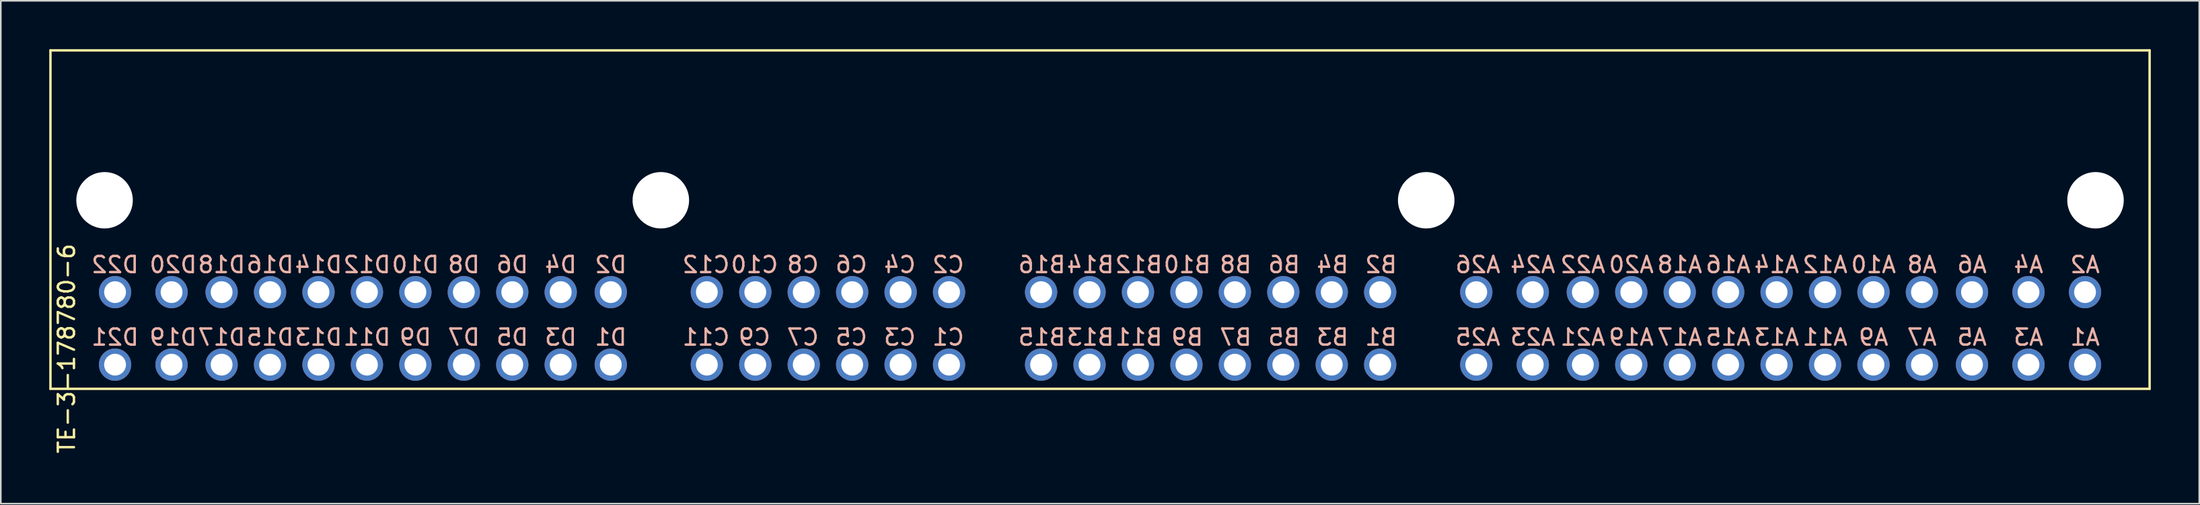
<source format=kicad_pcb>
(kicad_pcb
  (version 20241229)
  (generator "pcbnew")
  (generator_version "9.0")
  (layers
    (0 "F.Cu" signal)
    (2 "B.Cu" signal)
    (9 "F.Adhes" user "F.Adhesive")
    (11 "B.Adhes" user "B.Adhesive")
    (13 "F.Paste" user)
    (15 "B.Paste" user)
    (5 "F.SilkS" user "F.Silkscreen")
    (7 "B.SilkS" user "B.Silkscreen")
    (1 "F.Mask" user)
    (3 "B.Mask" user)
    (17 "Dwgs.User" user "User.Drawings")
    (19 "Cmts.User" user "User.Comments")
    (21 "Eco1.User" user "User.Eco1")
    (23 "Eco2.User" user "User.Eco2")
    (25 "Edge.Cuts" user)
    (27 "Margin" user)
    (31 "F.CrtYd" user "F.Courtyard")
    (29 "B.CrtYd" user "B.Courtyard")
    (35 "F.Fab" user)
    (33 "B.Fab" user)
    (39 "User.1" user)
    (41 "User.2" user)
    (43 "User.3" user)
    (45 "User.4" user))
  (footprint "TE-3-178780-6"
    (layer "F.Cu")
    (at 4.075 15.075)
    (property "Reference" "TE-3-178780-6" (at -3 3.5 90) (layer "F.SilkS") (effects (font (size 1 1) (thickness 0.15))))
    (fp_line (start -4 -15) (end 126 -15) (stroke (width 0.15) (type solid)) (layer "F.SilkS"))
    (fp_line (start -4 6) (end -4 -15) (stroke (width 0.15) (type solid)) (layer "F.SilkS"))
    (fp_line (start 126 -15) (end 126 6) (stroke (width 0.15) (type solid)) (layer "F.SilkS"))
    (fp_line (start 126 6) (end -4 6) (stroke (width 0.15) (type solid)) (layer "F.SilkS"))
    (fp_text user "D12" (at 15.6 -1.7 0) (layer "B.SilkS") (effects (font (size 1 1) (thickness 0.15)) (justify mirror)))
    (fp_text user "C10" (at 39.6 -1.7 0) (layer "B.SilkS") (effects (font (size 1 1) (thickness 0.15)) (justify mirror)))
    (fp_text user "D16" (at 9.6 -1.7 0) (layer "B.SilkS") (effects (font (size 1 1) (thickness 0.15)) (justify mirror)))
    (fp_text user "B1" (at 78.4 2.8 0) (layer "B.SilkS") (effects (font (size 1 1) (thickness 0.15)) (justify mirror)))
    (fp_text user "C7" (at 42.6 2.8 0) (layer "B.SilkS") (effects (font (size 1 1) (thickness 0.15)) (justify mirror)))
    (fp_text user "A2" (at 122 -1.7 0) (layer "B.SilkS") (effects (font (size 1 1) (thickness 0.15)) (justify mirror)))
    (fp_text user "A20" (at 93.9 -1.7 0) (layer "B.SilkS") (effects (font (size 1 1) (thickness 0.15)) (justify mirror)))
    (fp_text user "A25" (at 84.4 2.8 0) (layer "B.SilkS") (effects (font (size 1 1) (thickness 0.15)) (justify mirror)))
    (fp_text user "A23" (at 87.8 2.8 0) (layer "B.SilkS") (effects (font (size 1 1) (thickness 0.15)) (justify mirror)))
    (fp_text user "D19" (at 3.6 2.8 0) (layer "B.SilkS") (effects (font (size 1 1) (thickness 0.15)) (justify mirror)))
    (fp_text user "B9" (at 66.4 2.8 0) (layer "B.SilkS") (effects (font (size 1 1) (thickness 0.15)) (justify mirror)))
    (fp_text user "D11" (at 15.6 2.8 0) (layer "B.SilkS") (effects (font (size 1 1) (thickness 0.15)) (justify mirror)))
    (fp_text user "D7" (at 21.6 2.8 0) (layer "B.SilkS") (effects (font (size 1 1) (thickness 0.15)) (justify mirror)))
    (fp_text user "A5" (at 115 2.8 0) (layer "B.SilkS") (effects (font (size 1 1) (thickness 0.15)) (justify mirror)))
    (fp_text user "D22" (at 0 -1.7 0) (layer "B.SilkS") (effects (font (size 1 1) (thickness 0.15)) (justify mirror)))
    (fp_text user "B7" (at 69.4 2.8 0) (layer "B.SilkS") (effects (font (size 1 1) (thickness 0.15)) (justify mirror)))
    (fp_text user "B10" (at 66.4 -1.7 0) (layer "B.SilkS") (effects (font (size 1 1) (thickness 0.15)) (justify mirror)))
    (fp_text user "B14" (at 60.4 -1.7 0) (layer "B.SilkS") (effects (font (size 1 1) (thickness 0.15)) (justify mirror)))
    (fp_text user "A14" (at 102.9 -1.7 0) (layer "B.SilkS") (effects (font (size 1 1) (thickness 0.15)) (justify mirror)))
    (fp_text user "D10" (at 18.6 -1.7 0) (layer "B.SilkS") (effects (font (size 1 1) (thickness 0.15)) (justify mirror)))
    (fp_text user "A17" (at 96.9 2.8 0) (layer "B.SilkS") (effects (font (size 1 1) (thickness 0.15)) (justify mirror)))
    (fp_text user "C5" (at 45.6 2.8 0) (layer "B.SilkS") (effects (font (size 1 1) (thickness 0.15)) (justify mirror)))
    (fp_text user "B2" (at 78.4 -1.7 0) (layer "B.SilkS") (effects (font (size 1 1) (thickness 0.15)) (justify mirror)))
    (fp_text user "C1" (at 51.6 2.8 0) (layer "B.SilkS") (effects (font (size 1 1) (thickness 0.15)) (justify mirror)))
    (fp_text user "A8" (at 111.9 -1.7 0) (layer "B.SilkS") (effects (font (size 1 1) (thickness 0.15)) (justify mirror)))
    (fp_text user "C11" (at 36.6 2.8 0) (layer "B.SilkS") (effects (font (size 1 1) (thickness 0.15)) (justify mirror)))
    (fp_text user "B16" (at 57.4 -1.7 0) (layer "B.SilkS") (effects (font (size 1 1) (thickness 0.15)) (justify mirror)))
    (fp_text user "D20" (at 3.6 -1.7 0) (layer "B.SilkS") (effects (font (size 1 1) (thickness 0.15)) (justify mirror)))
    (fp_text user "B12" (at 63.4 -1.7 0) (layer "B.SilkS") (effects (font (size 1 1) (thickness 0.15)) (justify mirror)))
    (fp_text user "A16" (at 99.9 -1.7 0) (layer "B.SilkS") (effects (font (size 1 1) (thickness 0.15)) (justify mirror)))
    (fp_text user "A21" (at 90.9 2.8 0) (layer "B.SilkS") (effects (font (size 1 1) (thickness 0.15)) (justify mirror)))
    (fp_text user "D3" (at 27.6 2.8 0) (layer "B.SilkS") (effects (font (size 1 1) (thickness 0.15)) (justify mirror)))
    (fp_text user "A9" (at 108.9 2.8 0) (layer "B.SilkS") (effects (font (size 1 1) (thickness 0.15)) (justify mirror)))
    (fp_text user "A11" (at 105.9 2.8 0) (layer "B.SilkS") (effects (font (size 1 1) (thickness 0.15)) (justify mirror)))
    (fp_text user "A1" (at 122 2.8 0) (layer "B.SilkS") (effects (font (size 1 1) (thickness 0.15)) (justify mirror)))
    (fp_text user "D21" (at 0 2.8 0) (layer "B.SilkS") (effects (font (size 1 1) (thickness 0.15)) (justify mirror)))
    (fp_text user "A7" (at 111.9 2.8 0) (layer "B.SilkS") (effects (font (size 1 1) (thickness 0.15)) (justify mirror)))
    (fp_text user "A3" (at 118.5 2.8 0) (layer "B.SilkS") (effects (font (size 1 1) (thickness 0.15)) (justify mirror)))
    (fp_text user "D13" (at 12.6 2.8 0) (layer "B.SilkS") (effects (font (size 1 1) (thickness 0.15)) (justify mirror)))
    (fp_text user "A6" (at 115 -1.7 0) (layer "B.SilkS") (effects (font (size 1 1) (thickness 0.15)) (justify mirror)))
    (fp_text user "A10" (at 108.9 -1.7 0) (layer "B.SilkS") (effects (font (size 1 1) (thickness 0.15)) (justify mirror)))
    (fp_text user "B13" (at 60.4 2.8 0) (layer "B.SilkS") (effects (font (size 1 1) (thickness 0.15)) (justify mirror)))
    (fp_text user "D1" (at 30.7 2.8 0) (layer "B.SilkS") (effects (font (size 1 1) (thickness 0.15)) (justify mirror)))
    (fp_text user "D8" (at 21.6 -1.7 0) (layer "B.SilkS") (effects (font (size 1 1) (thickness 0.15)) (justify mirror)))
    (fp_text user "A24" (at 87.8 -1.7 0) (layer "B.SilkS") (effects (font (size 1 1) (thickness 0.15)) (justify mirror)))
    (fp_text user "B6" (at 72.4 -1.7 0) (layer "B.SilkS") (effects (font (size 1 1) (thickness 0.15)) (justify mirror)))
    (fp_text user "C8" (at 42.6 -1.7 0) (layer "B.SilkS") (effects (font (size 1 1) (thickness 0.15)) (justify mirror)))
    (fp_text user "D9" (at 18.6 2.8 0) (layer "B.SilkS") (effects (font (size 1 1) (thickness 0.15)) (justify mirror)))
    (fp_text user "A19" (at 93.9 2.8 0) (layer "B.SilkS") (effects (font (size 1 1) (thickness 0.15)) (justify mirror)))
    (fp_text user "B4" (at 75.4 -1.7 0) (layer "B.SilkS") (effects (font (size 1 1) (thickness 0.15)) (justify mirror)))
    (fp_text user "D14" (at 12.6 -1.7 0) (layer "B.SilkS") (effects (font (size 1 1) (thickness 0.15)) (justify mirror)))
    (fp_text user "C12" (at 36.6 -1.7 0) (layer "B.SilkS") (effects (font (size 1 1) (thickness 0.15)) (justify mirror)))
    (fp_text user "A18" (at 96.9 -1.7 0) (layer "B.SilkS") (effects (font (size 1 1) (thickness 0.15)) (justify mirror)))
    (fp_text user "C2" (at 51.6 -1.7 0) (layer "B.SilkS") (effects (font (size 1 1) (thickness 0.15)) (justify mirror)))
    (fp_text user "D4" (at 27.6 -1.7 0) (layer "B.SilkS") (effects (font (size 1 1) (thickness 0.15)) (justify mirror)))
    (fp_text user "A26" (at 84.4 -1.7 0) (layer "B.SilkS") (effects (font (size 1 1) (thickness 0.15)) (justify mirror)))
    (fp_text user "D2" (at 30.7 -1.7 0) (layer "B.SilkS") (effects (font (size 1 1) (thickness 0.15)) (justify mirror)))
    (fp_text user "D17" (at 6.6 2.8 0) (layer "B.SilkS") (effects (font (size 1 1) (thickness 0.15)) (justify mirror)))
    (fp_text user "B15" (at 57.4 2.8 0) (layer "B.SilkS") (effects (font (size 1 1) (thickness 0.15)) (justify mirror)))
    (fp_text user "D18" (at 6.6 -1.7 0) (layer "B.SilkS") (effects (font (size 1 1) (thickness 0.15)) (justify mirror)))
    (fp_text user "A15" (at 99.9 2.8 0) (layer "B.SilkS") (effects (font (size 1 1) (thickness 0.15)) (justify mirror)))
    (fp_text user "B5" (at 72.4 2.8 0) (layer "B.SilkS") (effects (font (size 1 1) (thickness 0.15)) (justify mirror)))
    (fp_text user "C4" (at 48.6 -1.7 0) (layer "B.SilkS") (effects (font (size 1 1) (thickness 0.15)) (justify mirror)))
    (fp_text user "B3" (at 75.4 2.8 0) (layer "B.SilkS") (effects (font (size 1 1) (thickness 0.15)) (justify mirror)))
    (fp_text user "D6" (at 24.6 -1.7 0) (layer "B.SilkS") (effects (font (size 1 1) (thickness 0.15)) (justify mirror)))
    (fp_text user "A4" (at 118.5 -1.7 0) (layer "B.SilkS") (effects (font (size 1 1) (thickness 0.15)) (justify mirror)))
    (fp_text user "B11" (at 63.4 2.8 0) (layer "B.SilkS") (effects (font (size 1 1) (thickness 0.15)) (justify mirror)))
    (fp_text user "C3" (at 48.6 2.8 0) (layer "B.SilkS") (effects (font (size 1 1) (thickness 0.15)) (justify mirror)))
    (fp_text user "C6" (at 45.6 -1.7 0) (layer "B.SilkS") (effects (font (size 1 1) (thickness 0.15)) (justify mirror)))
    (fp_text user "A13" (at 102.9 2.8 0) (layer "B.SilkS") (effects (font (size 1 1) (thickness 0.15)) (justify mirror)))
    (fp_text user "B8" (at 69.4 -1.7 0) (layer "B.SilkS") (effects (font (size 1 1) (thickness 0.15)) (justify mirror)))
    (fp_text user "D5" (at 24.6 2.8 0) (layer "B.SilkS") (effects (font (size 1 1) (thickness 0.15)) (justify mirror)))
    (fp_text user "C9" (at 39.6 2.8 0) (layer "B.SilkS") (effects (font (size 1 1) (thickness 0.15)) (justify mirror)))
    (fp_text user "D15" (at 9.6 2.8 0) (layer "B.SilkS") (effects (font (size 1 1) (thickness 0.15)) (justify mirror)))
    (fp_text user "A12" (at 105.9 -1.7 0) (layer "B.SilkS") (effects (font (size 1 1) (thickness 0.15)) (justify mirror)))
    (fp_text user "A22" (at 90.9 -1.7 0) (layer "B.SilkS") (effects (font (size 1 1) (thickness 0.15)) (justify mirror)))
    (pad "" np_thru_hole circle (at -0.65 -5.7) (size 3.5 3.5) (drill 3.5) (layers "*.Cu" "*.Mask"))
    (pad "" np_thru_hole circle (at 33.8 -5.7) (size 3.5 3.5) (drill 3.5) (layers "*.Cu" "*.Mask"))
    (pad "" np_thru_hole circle (at 81.2 -5.7) (size 3.5 3.5) (drill 3.5) (layers "*.Cu" "*.Mask"))
    (pad "" np_thru_hole circle (at 122.65 -5.7) (size 3.5 3.5) (drill 3.5) (layers "*.Cu" "*.Mask"))
    (pad "A1" thru_hole circle (at 122 4.5) (size 2 2) (drill 1.35) (layers "*.Cu" "*.Mask"))
    (pad "A2" thru_hole circle (at 122 0) (size 2 2) (drill 1.35) (layers "*.Cu" "*.Mask"))
    (pad "A3" thru_hole circle (at 118.5 4.5) (size 2 2) (drill 1.35) (layers "*.Cu" "*.Mask"))
    (pad "A4" thru_hole circle (at 118.5 0) (size 2 2) (drill 1.35) (layers "*.Cu" "*.Mask"))
    (pad "A5" thru_hole circle (at 115 4.5) (size 2 2) (drill 1.35) (layers "*.Cu" "*.Mask"))
    (pad "A6" thru_hole circle (at 115 0) (size 2 2) (drill 1.35) (layers "*.Cu" "*.Mask"))
    (pad "A7" thru_hole circle (at 111.9 4.5) (size 2 2) (drill 1.35) (layers "*.Cu" "*.Mask"))
    (pad "A8" thru_hole circle (at 111.9 0) (size 2 2) (drill 1.35) (layers "*.Cu" "*.Mask"))
    (pad "A9" thru_hole circle (at 108.9 4.5) (size 2 2) (drill 1.35) (layers "*.Cu" "*.Mask"))
    (pad "A10" thru_hole circle (at 108.9 0) (size 2 2) (drill 1.35) (layers "*.Cu" "*.Mask"))
    (pad "A11" thru_hole circle (at 105.9 4.5) (size 2 2) (drill 1.35) (layers "*.Cu" "*.Mask"))
    (pad "A12" thru_hole circle (at 105.9 0) (size 2 2) (drill 1.35) (layers "*.Cu" "*.Mask"))
    (pad "A13" thru_hole circle (at 102.9 4.5) (size 2 2) (drill 1.35) (layers "*.Cu" "*.Mask"))
    (pad "A14" thru_hole circle (at 102.9 0) (size 2 2) (drill 1.35) (layers "*.Cu" "*.Mask"))
    (pad "A15" thru_hole circle (at 99.9 4.5) (size 2 2) (drill 1.35) (layers "*.Cu" "*.Mask"))
    (pad "A16" thru_hole circle (at 99.9 0) (size 2 2) (drill 1.35) (layers "*.Cu" "*.Mask"))
    (pad "A17" thru_hole circle (at 96.9 4.5) (size 2 2) (drill 1.35) (layers "*.Cu" "*.Mask"))
    (pad "A18" thru_hole circle (at 96.9 0) (size 2 2) (drill 1.35) (layers "*.Cu" "*.Mask"))
    (pad "A19" thru_hole circle (at 93.9 4.5) (size 2 2) (drill 1.35) (layers "*.Cu" "*.Mask"))
    (pad "A20" thru_hole circle (at 93.9 0) (size 2 2) (drill 1.35) (layers "*.Cu" "*.Mask"))
    (pad "A21" thru_hole circle (at 90.9 4.5) (size 2 2) (drill 1.35) (layers "*.Cu" "*.Mask"))
    (pad "A22" thru_hole circle (at 90.9 0) (size 2 2) (drill 1.35) (layers "*.Cu" "*.Mask"))
    (pad "A23" thru_hole circle (at 87.8 4.5) (size 2 2) (drill 1.35) (layers "*.Cu" "*.Mask"))
    (pad "A24" thru_hole circle (at 87.8 0) (size 2 2) (drill 1.35) (layers "*.Cu" "*.Mask"))
    (pad "A25" thru_hole circle (at 84.3 4.5) (size 2 2) (drill 1.35) (layers "*.Cu" "*.Mask"))
    (pad "A26" thru_hole circle (at 84.3 0) (size 2 2) (drill 1.35) (layers "*.Cu" "*.Mask"))
    (pad "B1" thru_hole circle (at 78.35 4.5) (size 2 2) (drill 1.35) (layers "*.Cu" "*.Mask"))
    (pad "B2" thru_hole circle (at 78.35 0) (size 2 2) (drill 1.35) (layers "*.Cu" "*.Mask"))
    (pad "B3" thru_hole circle (at 75.35 4.5) (size 2 2) (drill 1.35) (layers "*.Cu" "*.Mask"))
    (pad "B4" thru_hole circle (at 75.35 0) (size 2 2) (drill 1.35) (layers "*.Cu" "*.Mask"))
    (pad "B5" thru_hole circle (at 72.35 4.5) (size 2 2) (drill 1.35) (layers "*.Cu" "*.Mask"))
    (pad "B6" thru_hole circle (at 72.35 0) (size 2 2) (drill 1.35) (layers "*.Cu" "*.Mask"))
    (pad "B7" thru_hole circle (at 69.35 4.5) (size 2 2) (drill 1.35) (layers "*.Cu" "*.Mask"))
    (pad "B8" thru_hole circle (at 69.35 0) (size 2 2) (drill 1.35) (layers "*.Cu" "*.Mask"))
    (pad "B9" thru_hole circle (at 66.35 4.5) (size 2 2) (drill 1.35) (layers "*.Cu" "*.Mask"))
    (pad "B10" thru_hole circle (at 66.35 0) (size 2 2) (drill 1.35) (layers "*.Cu" "*.Mask"))
    (pad "B11" thru_hole circle (at 63.35 4.5) (size 2 2) (drill 1.35) (layers "*.Cu" "*.Mask"))
    (pad "B12" thru_hole circle (at 63.35 0) (size 2 2) (drill 1.35) (layers "*.Cu" "*.Mask"))
    (pad "B13" thru_hole circle (at 60.35 4.5) (size 2 2) (drill 1.35) (layers "*.Cu" "*.Mask"))
    (pad "B14" thru_hole circle (at 60.35 0) (size 2 2) (drill 1.35) (layers "*.Cu" "*.Mask"))
    (pad "B15" thru_hole circle (at 57.35 4.5) (size 2 2) (drill 1.35) (layers "*.Cu" "*.Mask"))
    (pad "B16" thru_hole circle (at 57.35 0) (size 2 2) (drill 1.35) (layers "*.Cu" "*.Mask"))
    (pad "C1" thru_hole circle (at 51.65 4.5) (size 2 2) (drill 1.35) (layers "*.Cu" "*.Mask"))
    (pad "C2" thru_hole circle (at 51.65 0) (size 2 2) (drill 1.35) (layers "*.Cu" "*.Mask"))
    (pad "C3" thru_hole circle (at 48.65 4.5) (size 2 2) (drill 1.35) (layers "*.Cu" "*.Mask"))
    (pad "C4" thru_hole circle (at 48.65 0) (size 2 2) (drill 1.35) (layers "*.Cu" "*.Mask"))
    (pad "C5" thru_hole circle (at 45.65 4.5) (size 2 2) (drill 1.35) (layers "*.Cu" "*.Mask"))
    (pad "C6" thru_hole circle (at 45.65 0) (size 2 2) (drill 1.35) (layers "*.Cu" "*.Mask"))
    (pad "C7" thru_hole circle (at 42.65 4.5) (size 2 2) (drill 1.35) (layers "*.Cu" "*.Mask"))
    (pad "C8" thru_hole circle (at 42.65 0) (size 2 2) (drill 1.35) (layers "*.Cu" "*.Mask"))
    (pad "C9" thru_hole circle (at 39.65 4.5) (size 2 2) (drill 1.35) (layers "*.Cu" "*.Mask"))
    (pad "C10" thru_hole circle (at 39.65 0) (size 2 2) (drill 1.35) (layers "*.Cu" "*.Mask"))
    (pad "C11" thru_hole circle (at 36.65 4.5) (size 2 2) (drill 1.35) (layers "*.Cu" "*.Mask"))
    (pad "C12" thru_hole circle (at 36.65 0) (size 2 2) (drill 1.35) (layers "*.Cu" "*.Mask"))
    (pad "D1" thru_hole circle (at 30.7 4.5) (size 2 2) (drill 1.35) (layers "*.Cu" "*.Mask"))
    (pad "D2" thru_hole circle (at 30.7 0) (size 2 2) (drill 1.35) (layers "*.Cu" "*.Mask"))
    (pad "D3" thru_hole circle (at 27.6 4.5) (size 2 2) (drill 1.35) (layers "*.Cu" "*.Mask"))
    (pad "D4" thru_hole circle (at 27.6 0) (size 2 2) (drill 1.35) (layers "*.Cu" "*.Mask"))
    (pad "D5" thru_hole circle (at 24.6 4.5) (size 2 2) (drill 1.35) (layers "*.Cu" "*.Mask"))
    (pad "D6" thru_hole circle (at 24.6 0) (size 2 2) (drill 1.35) (layers "*.Cu" "*.Mask"))
    (pad "D7" thru_hole circle (at 21.6 4.5) (size 2 2) (drill 1.35) (layers "*.Cu" "*.Mask"))
    (pad "D8" thru_hole circle (at 21.6 0) (size 2 2) (drill 1.35) (layers "*.Cu" "*.Mask"))
    (pad "D9" thru_hole circle (at 18.6 4.5) (size 2 2) (drill 1.35) (layers "*.Cu" "*.Mask"))
    (pad "D10" thru_hole circle (at 18.6 0) (size 2 2) (drill 1.35) (layers "*.Cu" "*.Mask"))
    (pad "D11" thru_hole circle (at 15.6 4.5) (size 2 2) (drill 1.35) (layers "*.Cu" "*.Mask"))
    (pad "D12" thru_hole circle (at 15.6 0) (size 2 2) (drill 1.35) (layers "*.Cu" "*.Mask"))
    (pad "D13" thru_hole circle (at 12.6 4.5) (size 2 2) (drill 1.35) (layers "*.Cu" "*.Mask"))
    (pad "D14" thru_hole circle (at 12.6 0) (size 2 2) (drill 1.35) (layers "*.Cu" "*.Mask"))
    (pad "D15" thru_hole circle (at 9.6 4.5) (size 2 2) (drill 1.35) (layers "*.Cu" "*.Mask"))
    (pad "D16" thru_hole circle (at 9.6 0) (size 2 2) (drill 1.35) (layers "*.Cu" "*.Mask"))
    (pad "D17" thru_hole circle (at 6.6 4.5) (size 2 2) (drill 1.35) (layers "*.Cu" "*.Mask"))
    (pad "D18" thru_hole circle (at 6.6 0) (size 2 2) (drill 1.35) (layers "*.Cu" "*.Mask"))
    (pad "D19" thru_hole circle (at 3.5 4.5) (size 2 2) (drill 1.35) (layers "*.Cu" "*.Mask"))
    (pad "D20" thru_hole circle (at 3.5 0) (size 2 2) (drill 1.35) (layers "*.Cu" "*.Mask"))
    (pad "D21" thru_hole circle (at 0 4.5) (size 2 2) (drill 1.35) (layers "*.Cu" "*.Mask"))
    (pad "D22" thru_hole circle (at 0 0) (size 2 2) (drill 1.35) (layers "*.Cu" "*.Mask")))
  (gr_rect
    (start -3 -3)
    (end 133.15 28.2)
    (stroke (width 0.1) (type default))
    (fill no)
    (layer "Edge.Cuts")))
</source>
